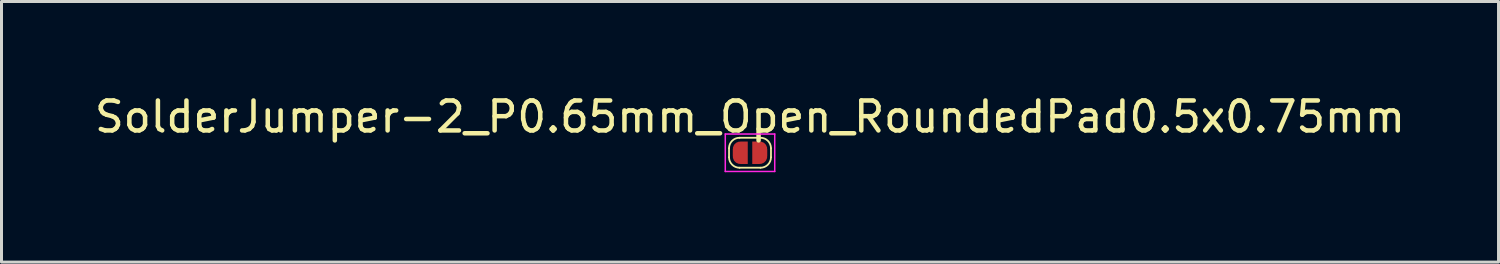
<source format=kicad_pcb>
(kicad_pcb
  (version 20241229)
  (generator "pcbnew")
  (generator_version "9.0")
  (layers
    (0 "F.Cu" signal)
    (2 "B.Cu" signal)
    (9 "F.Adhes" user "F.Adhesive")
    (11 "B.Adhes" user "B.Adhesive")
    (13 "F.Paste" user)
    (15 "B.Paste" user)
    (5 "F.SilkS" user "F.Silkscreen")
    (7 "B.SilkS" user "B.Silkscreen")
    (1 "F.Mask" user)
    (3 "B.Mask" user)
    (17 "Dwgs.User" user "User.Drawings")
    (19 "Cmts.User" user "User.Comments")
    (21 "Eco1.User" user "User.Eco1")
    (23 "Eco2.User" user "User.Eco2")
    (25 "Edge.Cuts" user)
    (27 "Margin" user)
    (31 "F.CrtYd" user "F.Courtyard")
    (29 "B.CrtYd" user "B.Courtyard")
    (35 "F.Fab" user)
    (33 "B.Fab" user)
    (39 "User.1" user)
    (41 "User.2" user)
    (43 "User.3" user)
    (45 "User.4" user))
  (footprint "SolderJumper-2_P0.65mm_Open_RoundedPad0.5x0.75mm"
    (layer "F.Cu")
    (at 21.982 2.048)
    (property "Reference" "SolderJumper-2_P0.65mm_Open_RoundedPad0.5x0.75mm" (at 0 -1.2 0) (layer "F.SilkS") (effects (font (size 1 1) (thickness 0.15))))
    (attr exclude_from_pos_files exclude_from_bom)
    (fp_line (start -0.7 0.15) (end -0.7 -0.15) (stroke (width 0.06) (type solid)) (layer "F.SilkS"))
    (fp_line (start -0.35 -0.5) (end 0.35 -0.5) (stroke (width 0.06) (type solid)) (layer "F.SilkS"))
    (fp_line (start 0.35 0.5) (end -0.35 0.5) (stroke (width 0.06) (type solid)) (layer "F.SilkS"))
    (fp_line (start 0.7 -0.15) (end 0.7 0.15) (stroke (width 0.06) (type solid)) (layer "F.SilkS"))
    (fp_arc (start -0.7 -0.15) (mid -0.597487 -0.397487) (end -0.35 -0.5) (stroke (width 0.06) (type default)) (layer "F.SilkS"))
    (fp_arc (start -0.35 0.5) (mid -0.597487 0.397487) (end -0.7 0.15) (stroke (width 0.06) (type default)) (layer "F.SilkS"))
    (fp_arc (start 0.35 -0.5) (mid 0.597487 -0.397487) (end 0.7 -0.15) (stroke (width 0.06) (type default)) (layer "F.SilkS"))
    (fp_arc (start 0.7 0.15) (mid 0.597487 0.397487) (end 0.35 0.5) (stroke (width 0.06) (type default)) (layer "F.SilkS"))
    (fp_line (start -0.825 -0.625) (end -0.825 0.625) (stroke (width 0.05) (type solid)) (layer "F.CrtYd"))
    (fp_line (start -0.825 -0.625) (end 0.825 -0.625) (stroke (width 0.05) (type solid)) (layer "F.CrtYd"))
    (fp_line (start 0.825 0.625) (end -0.825 0.625) (stroke (width 0.05) (type solid)) (layer "F.CrtYd"))
    (fp_line (start 0.825 0.625) (end 0.825 -0.625) (stroke (width 0.05) (type solid)) (layer "F.CrtYd"))
    (pad "1" smd custom (at -0.325 0) (size 0.5 0.25) (layers "F.Cu" "F.Mask") (options (anchor rect)) (primitives (gr_circle (center 0 0.125) (end 0.25 0.125) (width 0) (fill yes)) (gr_circle (center 0 -0.125) (end 0.25 -0.125) (width 0) (fill yes)) (gr_poly (pts (xy 0.25 0.375) (xy 0 0.375) (xy 0 -0.375) (xy 0.25 -0.375)) (width 0) (fill yes))))
    (pad "2" smd custom (at 0.325 0) (size 0.5 0.25) (layers "F.Cu" "F.Mask") (options (anchor rect)) (primitives (gr_circle (center 0 0.125) (end 0.25 0.125) (width 0) (fill yes)) (gr_circle (center 0 -0.125) (end 0.25 -0.125) (width 0) (fill yes)) (gr_poly (pts (xy 0 0.375) (xy -0.25 0.375) (xy -0.25 -0.375) (xy 0 -0.375)) (width 0) (fill yes)))))
  (gr_rect
    (start -3 -3)
    (end 46.964 5.698)
    (stroke (width 0.1) (type default))
    (fill no)
    (layer "Edge.Cuts")))
</source>
